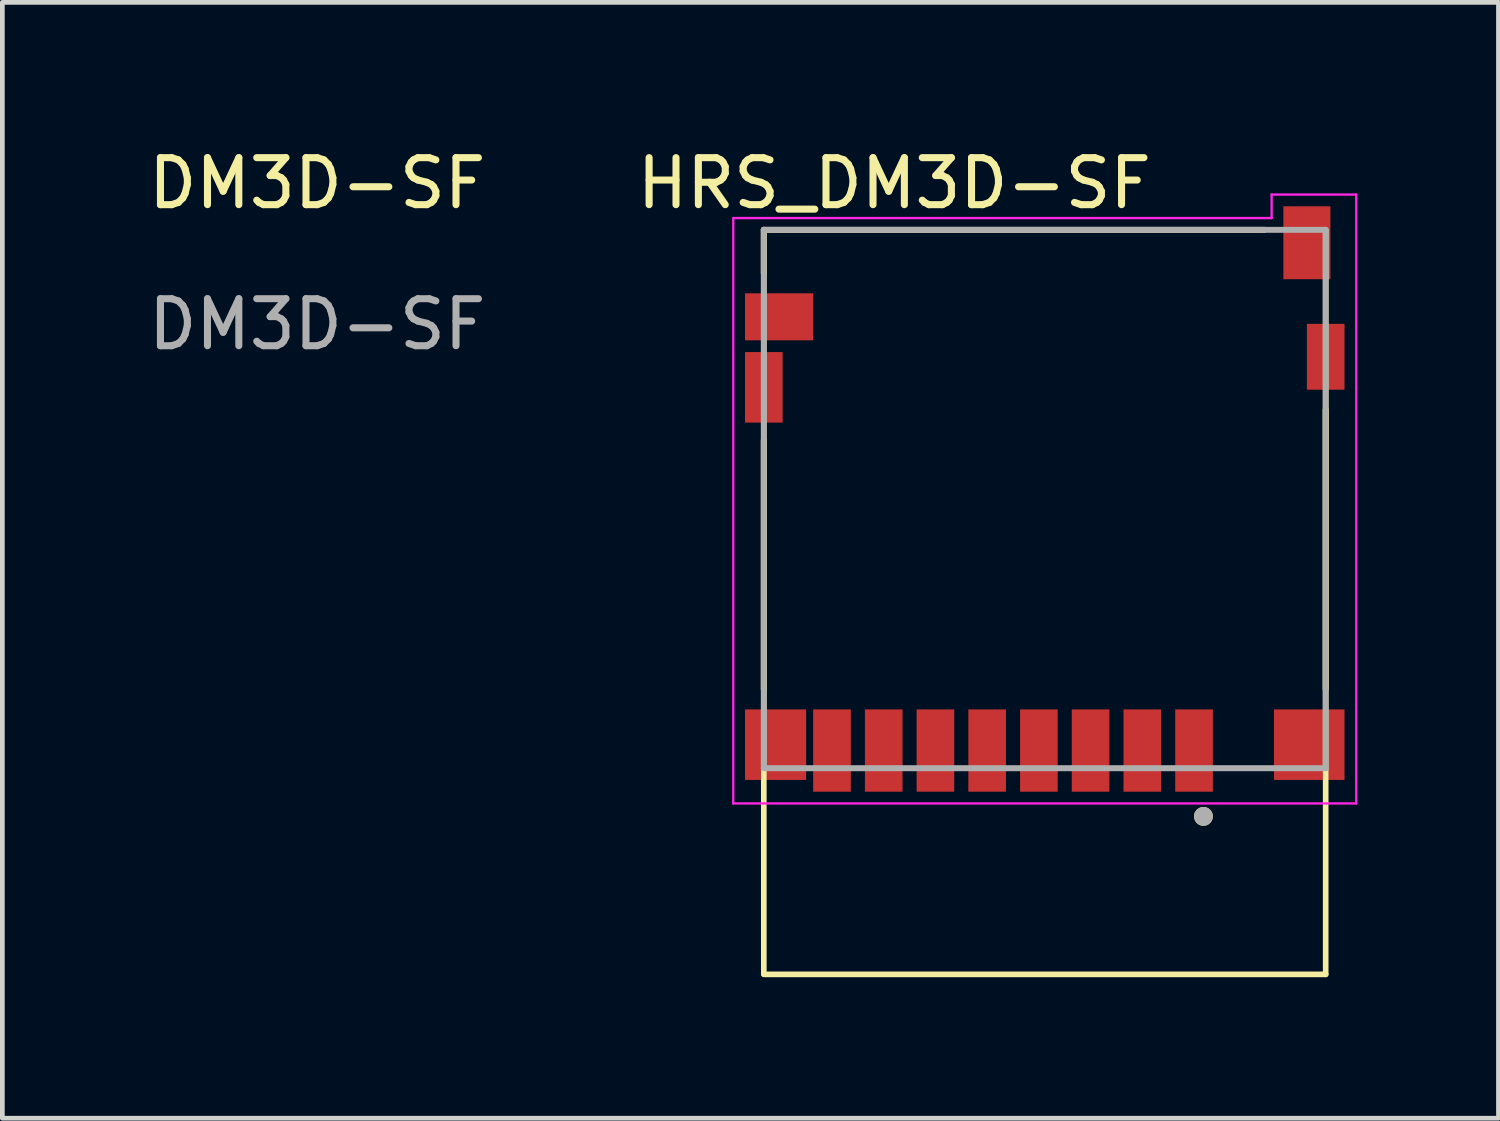
<source format=kicad_pcb>
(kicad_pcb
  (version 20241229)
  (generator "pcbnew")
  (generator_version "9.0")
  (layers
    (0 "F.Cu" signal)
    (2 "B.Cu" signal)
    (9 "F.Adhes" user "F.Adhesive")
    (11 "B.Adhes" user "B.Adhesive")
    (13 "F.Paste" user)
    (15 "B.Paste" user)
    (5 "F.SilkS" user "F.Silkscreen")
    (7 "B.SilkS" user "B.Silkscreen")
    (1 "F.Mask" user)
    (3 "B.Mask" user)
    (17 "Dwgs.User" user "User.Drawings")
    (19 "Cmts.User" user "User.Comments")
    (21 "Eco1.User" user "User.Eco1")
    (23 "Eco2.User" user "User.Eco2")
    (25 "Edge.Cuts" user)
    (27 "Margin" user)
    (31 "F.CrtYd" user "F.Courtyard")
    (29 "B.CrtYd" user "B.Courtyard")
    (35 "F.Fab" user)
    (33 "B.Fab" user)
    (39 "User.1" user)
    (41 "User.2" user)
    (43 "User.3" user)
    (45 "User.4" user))
  (footprint "DM3D-SF"
    (layer "F.Cu")
    (at 3.696 1.348)
    (property "Reference" "DM3D-SF" (at 0 -0.5 0) (unlocked yes) (layer "F.SilkS") (effects (font (size 1 1) (thickness 0.15))))
    (attr through_hole)
    (fp_text user "${REFERENCE}" (at 0 2.5 0) (unlocked yes) (layer "F.Fab") (effects (font (size 1 1) (thickness 0.15)))))
  (footprint "HRS_DM3D-SF"
    (layer "F.Cu")
    (at 19.145 12.913)
    (property "Reference" "HRS_DM3D-SF" (at -3.175 -12.065 0) (layer "F.SilkS") (effects (font (size 1 1) (thickness 0.15))))
    (attr smd)
    (fp_line (start -5.95 -11.075) (end -5.95 -10.15) (stroke (width 0.127) (type solid)) (layer "F.SilkS"))
    (fp_line (start -5.95 -11.075) (end -5.95 4.75) (stroke (width 0.12) (type default)) (layer "F.SilkS"))
    (fp_line (start -5.95 -11.075) (end 4.7 -11.075) (stroke (width 0.127) (type solid)) (layer "F.SilkS"))
    (fp_line (start -5.95 -6.6) (end -5.95 -1.3) (stroke (width 0.127) (type solid)) (layer "F.SilkS"))
    (fp_line (start 6 -11.06) (end 6 4.76) (stroke (width 0.12) (type default)) (layer "F.SilkS"))
    (fp_line (start 6 -7.25) (end 6 -1.3) (stroke (width 0.127) (type solid)) (layer "F.SilkS"))
    (fp_line (start 6 4.76) (end -5.95 4.76) (stroke (width 0.12) (type default)) (layer "F.SilkS"))
    (fp_circle (center 3.4 1.4) (end 3.5 1.4) (stroke (width 0.2) (type solid)) (fill no) (layer "F.SilkS"))
    (fp_line (start -6.6 -11.325) (end 4.85 -11.325) (stroke (width 0.05) (type solid)) (layer "F.CrtYd"))
    (fp_line (start -6.6 1.125) (end -6.6 -11.325) (stroke (width 0.05) (type solid)) (layer "F.CrtYd"))
    (fp_line (start 4.85 -11.825) (end 6.65 -11.825) (stroke (width 0.05) (type solid)) (layer "F.CrtYd"))
    (fp_line (start 4.85 -11.325) (end 4.85 -11.825) (stroke (width 0.05) (type solid)) (layer "F.CrtYd"))
    (fp_line (start 6.65 -11.825) (end 6.65 1.125) (stroke (width 0.05) (type solid)) (layer "F.CrtYd"))
    (fp_line (start 6.65 1.125) (end -6.6 1.125) (stroke (width 0.05) (type solid)) (layer "F.CrtYd"))
    (fp_line (start -5.95 -11.075) (end -5.95 0.375) (stroke (width 0.127) (type solid)) (layer "F.Fab"))
    (fp_line (start -5.95 0.375) (end 6 0.375) (stroke (width 0.127) (type solid)) (layer "F.Fab"))
    (fp_line (start 6 -11.075) (end -5.95 -11.075) (stroke (width 0.127) (type solid)) (layer "F.Fab"))
    (fp_line (start 6 0.375) (end 6 -11.075) (stroke (width 0.127) (type solid)) (layer "F.Fab"))
    (fp_circle (center 3.4 1.4) (end 3.5 1.4) (stroke (width 0.2) (type solid)) (fill no) (layer "F.Fab"))
    (pad "0" smd rect (at -5.95 -7.725) (size 0.8 1.5) (layers "F.Cu" "F.Mask" "F.Paste"))
    (pad "0" smd rect (at 5.65 -0.125) (size 1.5 1.5) (layers "F.Cu" "F.Mask" "F.Paste"))
    (pad "0" smd rect (at 6 -8.375) (size 0.8 1.4) (layers "F.Cu" "F.Mask" "F.Paste"))
    (pad "1" smd rect (at 3.2 0) (size 0.8 1.75) (layers "F.Cu" "F.Mask" "F.Paste"))
    (pad "2" smd rect (at 2.1 0) (size 0.8 1.75) (layers "F.Cu" "F.Mask" "F.Paste"))
    (pad "3" smd rect (at 1 0) (size 0.8 1.75) (layers "F.Cu" "F.Mask" "F.Paste"))
    (pad "4" smd rect (at -0.1 0) (size 0.8 1.75) (layers "F.Cu" "F.Mask" "F.Paste"))
    (pad "5" smd rect (at -1.2 0) (size 0.8 1.75) (layers "F.Cu" "F.Mask" "F.Paste"))
    (pad "6" smd rect (at -2.3 0) (size 0.8 1.75) (layers "F.Cu" "F.Mask" "F.Paste"))
    (pad "7" smd rect (at -3.4 0) (size 0.8 1.75) (layers "F.Cu" "F.Mask" "F.Paste"))
    (pad "8" smd rect (at -4.5 0) (size 0.8 1.75) (layers "F.Cu" "F.Mask" "F.Paste"))
    (pad "A" smd rect (at 5.6 -10.8) (size 1 1.55) (layers "F.Cu" "F.Mask" "F.Paste"))
    (pad "B" smd rect (at -5.625 -9.225) (size 1.45 1) (layers "F.Cu" "F.Mask" "F.Paste"))
    (pad "S1" smd rect (at -5.7 -0.125) (size 1.3 1.5) (layers "F.Cu" "F.Mask" "F.Paste"))
    (zone (net_name "") (layer "F.Cu") (hatch full 0.508) (connect_pads) (min_thickness 0.01) (filled_areas_thickness no) (keepout (tracks not_allowed) (vias not_allowed) (pads not_allowed) (copperpour not_allowed) (footprints allowed)) (placement (enabled no)) (fill) (polygon (pts (xy 14.245 6.038) (xy 22.745 6.038) (xy 22.745 8.038) (xy 14.245 8.038))))
    (zone (net_name "") (layer "F.Cu") (hatch full 0.508) (connect_pads) (min_thickness 0.01) (filled_areas_thickness no) (keepout (tracks not_allowed) (vias not_allowed) (pads not_allowed) (copperpour not_allowed) (footprints allowed)) (placement (enabled no)) (fill) (polygon (pts (xy 17.195 1.838) (xy 19.695 1.838) (xy 19.695 3.838) (xy 17.195 3.838))))
    (zone (net_name "") (layers "F.Cu" "B.Cu") (hatch full 0.508) (connect_pads) (min_thickness 0.01) (filled_areas_thickness no) (keepout (tracks allowed) (vias not_allowed) (pads allowed) (copperpour allowed) (footprints allowed)) (placement (enabled no)) (fill) (polygon (pts (xy 14.245 6.038) (xy 22.745 6.038) (xy 22.745 8.038) (xy 14.245 8.038))))
    (zone (net_name "") (layers "F.Cu" "B.Cu") (hatch full 0.508) (connect_pads) (min_thickness 0.01) (filled_areas_thickness no) (keepout (tracks allowed) (vias not_allowed) (pads allowed) (copperpour allowed) (footprints allowed)) (placement (enabled no)) (fill) (polygon (pts (xy 17.195 1.838) (xy 19.695 1.838) (xy 19.695 3.838) (xy 17.195 3.838)))))
  (gr_rect
    (start -3 -3)
    (end 28.82 20.733)
    (stroke (width 0.1) (type default))
    (fill no)
    (layer "Edge.Cuts")))
</source>
